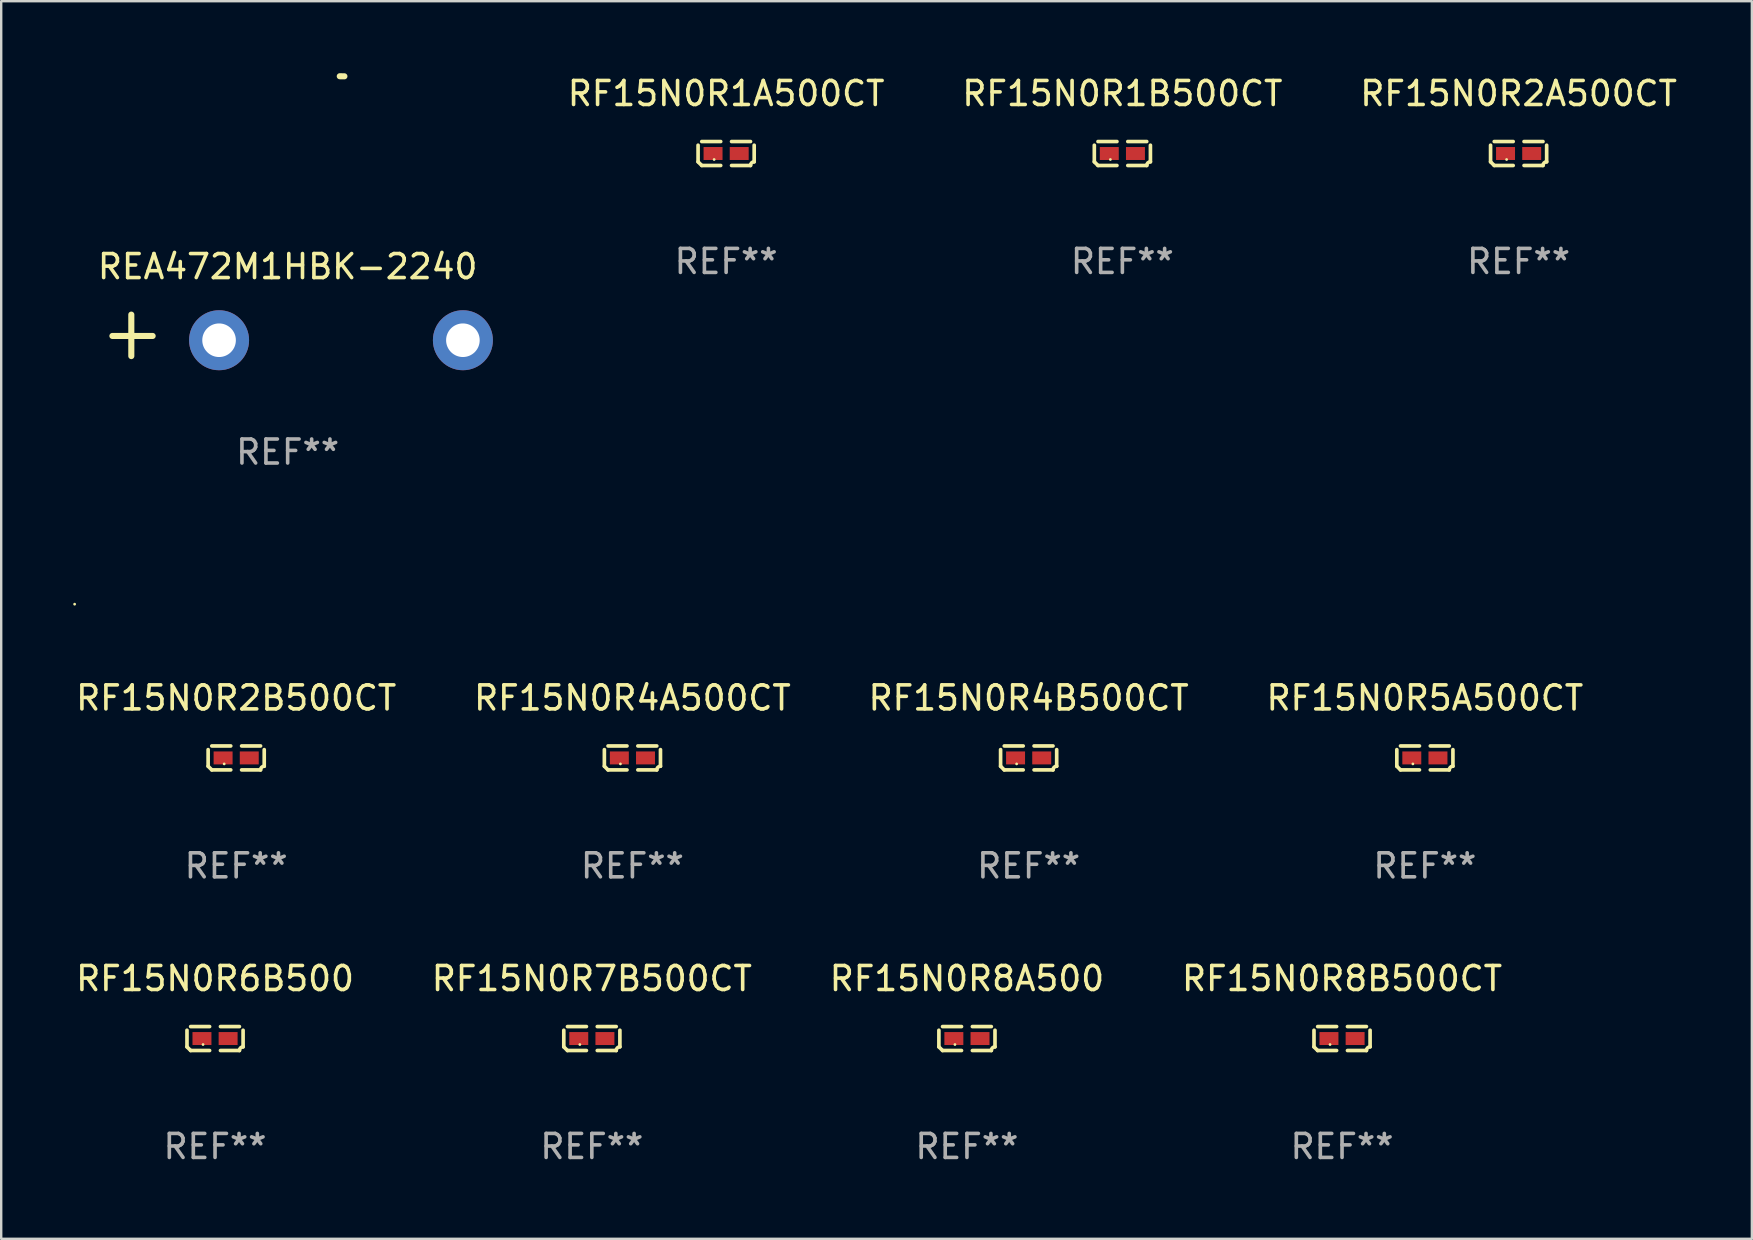
<source format=kicad_pcb>
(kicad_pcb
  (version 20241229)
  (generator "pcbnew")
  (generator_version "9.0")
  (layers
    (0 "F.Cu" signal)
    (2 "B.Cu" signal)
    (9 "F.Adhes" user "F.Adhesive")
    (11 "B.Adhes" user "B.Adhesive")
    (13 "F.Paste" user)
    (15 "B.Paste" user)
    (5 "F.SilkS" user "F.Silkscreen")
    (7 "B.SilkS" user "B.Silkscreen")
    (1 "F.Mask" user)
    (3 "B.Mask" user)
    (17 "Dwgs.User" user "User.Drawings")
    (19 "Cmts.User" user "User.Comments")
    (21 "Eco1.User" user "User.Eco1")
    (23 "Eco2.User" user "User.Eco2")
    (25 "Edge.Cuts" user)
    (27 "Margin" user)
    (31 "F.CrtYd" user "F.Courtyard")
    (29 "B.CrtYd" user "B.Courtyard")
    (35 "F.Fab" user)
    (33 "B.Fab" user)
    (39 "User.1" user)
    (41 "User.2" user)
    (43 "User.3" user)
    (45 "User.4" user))
  (footprint "RF15N0R8A500"
    (layer "F.Cu")
    (at 37.244 40.228)
    (property "Reference" "RF15N0R8A500" (at 0 -2.499 0) (layer "F.SilkS") (effects (font (size 1 1) (thickness 0.15))))
    (attr through_hole)
    (fp_line (start -1.169 0.346) (end -1.169 -0.346) (stroke (width 0.152) (type solid)) (layer "F.SilkS"))
    (fp_line (start -1.016 -0.499) (end -0.226 -0.499) (stroke (width 0.152) (type solid)) (layer "F.SilkS"))
    (fp_line (start -0.226 0.499) (end -1.016 0.499) (stroke (width 0.152) (type solid)) (layer "F.SilkS"))
    (fp_line (start 0.226 0.499) (end 1.016 0.499) (stroke (width 0.152) (type solid)) (layer "F.SilkS"))
    (fp_line (start 1.016 -0.499) (end 0.226 -0.499) (stroke (width 0.152) (type solid)) (layer "F.SilkS"))
    (fp_line (start 1.169 0.346) (end 1.169 -0.346) (stroke (width 0.152) (type solid)) (layer "F.SilkS"))
    (fp_arc (start -1.016307 0.498603) (mid -1.092512 0.422405) (end -1.16871 0.3462) (stroke (width 0.1524) (type solid)) (layer "F.SilkS"))
    (fp_arc (start 1.016307 0.498603) (mid 1.060899 0.390758) (end 1.168707 0.346076) (stroke (width 0.1524) (type solid)) (layer "F.SilkS"))
    (fp_circle (center -0.5 0.25) (end -0.47 0.25) (stroke (width 0.06) (type solid)) (fill no) (layer "F.SilkS"))
    (fp_text user "REF**" (at 0 4.499 0) (layer "F.Fab") (effects (font (size 1 1) (thickness 0.15))))
    (pad "1" smd rect (at -0.545 0) (size 0.79 0.54) (layers "F.Cu" "F.Mask" "F.Paste"))
    (pad "2" smd rect (at 0.545 0) (size 0.79 0.54) (layers "F.Cu" "F.Mask" "F.Paste")))
  (footprint "RF15N0R4B500CT"
    (layer "F.Cu")
    (at 39.815 28.534)
    (property "Reference" "RF15N0R4B500CT" (at 0 -2.499 0) (layer "F.SilkS") (effects (font (size 1 1) (thickness 0.15))))
    (attr through_hole)
    (fp_line (start -1.169 0.346) (end -1.169 -0.346) (stroke (width 0.152) (type solid)) (layer "F.SilkS"))
    (fp_line (start -1.016 -0.499) (end -0.226 -0.499) (stroke (width 0.152) (type solid)) (layer "F.SilkS"))
    (fp_line (start -0.226 0.499) (end -1.016 0.499) (stroke (width 0.152) (type solid)) (layer "F.SilkS"))
    (fp_line (start 0.226 0.499) (end 1.016 0.499) (stroke (width 0.152) (type solid)) (layer "F.SilkS"))
    (fp_line (start 1.016 -0.499) (end 0.226 -0.499) (stroke (width 0.152) (type solid)) (layer "F.SilkS"))
    (fp_line (start 1.169 0.346) (end 1.169 -0.346) (stroke (width 0.152) (type solid)) (layer "F.SilkS"))
    (fp_arc (start -1.016307 0.498603) (mid -1.092512 0.422405) (end -1.16871 0.3462) (stroke (width 0.1524) (type solid)) (layer "F.SilkS"))
    (fp_arc (start 1.016307 0.498603) (mid 1.060899 0.390758) (end 1.168707 0.346076) (stroke (width 0.1524) (type solid)) (layer "F.SilkS"))
    (fp_circle (center -0.5 0.25) (end -0.47 0.25) (stroke (width 0.06) (type solid)) (fill no) (layer "F.SilkS"))
    (fp_text user "REF**" (at 0 4.499 0) (layer "F.Fab") (effects (font (size 1 1) (thickness 0.15))))
    (pad "1" smd rect (at -0.545 0) (size 0.79 0.54) (layers "F.Cu" "F.Mask" "F.Paste"))
    (pad "2" smd rect (at 0.545 0) (size 0.79 0.54) (layers "F.Cu" "F.Mask" "F.Paste")))
  (footprint "RF15N0R1B500CT"
    (layer "F.Cu")
    (at 43.721 3.347)
    (property "Reference" "RF15N0R1B500CT" (at 0 -2.499 0) (layer "F.SilkS") (effects (font (size 1 1) (thickness 0.15))))
    (attr through_hole)
    (fp_line (start -1.169 0.346) (end -1.169 -0.346) (stroke (width 0.152) (type solid)) (layer "F.SilkS"))
    (fp_line (start -1.016 -0.499) (end -0.226 -0.499) (stroke (width 0.152) (type solid)) (layer "F.SilkS"))
    (fp_line (start -0.226 0.499) (end -1.016 0.499) (stroke (width 0.152) (type solid)) (layer "F.SilkS"))
    (fp_line (start 0.226 0.499) (end 1.016 0.499) (stroke (width 0.152) (type solid)) (layer "F.SilkS"))
    (fp_line (start 1.016 -0.499) (end 0.226 -0.499) (stroke (width 0.152) (type solid)) (layer "F.SilkS"))
    (fp_line (start 1.169 0.346) (end 1.169 -0.346) (stroke (width 0.152) (type solid)) (layer "F.SilkS"))
    (fp_arc (start -1.016307 0.498603) (mid -1.092512 0.422405) (end -1.16871 0.3462) (stroke (width 0.1524) (type solid)) (layer "F.SilkS"))
    (fp_arc (start 1.016307 0.498603) (mid 1.060899 0.390758) (end 1.168707 0.346076) (stroke (width 0.1524) (type solid)) (layer "F.SilkS"))
    (fp_circle (center -0.5 0.25) (end -0.47 0.25) (stroke (width 0.06) (type solid)) (fill no) (layer "F.SilkS"))
    (fp_text user "REF**" (at 0 4.499 0) (layer "F.Fab") (effects (font (size 1 1) (thickness 0.15))))
    (pad "1" smd rect (at -0.545 0) (size 0.79 0.54) (layers "F.Cu" "F.Mask" "F.Paste"))
    (pad "2" smd rect (at 0.545 0) (size 0.79 0.54) (layers "F.Cu" "F.Mask" "F.Paste")))
  (footprint "RF15N0R7B500CT"
    (layer "F.Cu")
    (at 21.613 40.228)
    (property "Reference" "RF15N0R7B500CT" (at 0 -2.499 0) (layer "F.SilkS") (effects (font (size 1 1) (thickness 0.15))))
    (attr through_hole)
    (fp_line (start -1.169 0.346) (end -1.169 -0.346) (stroke (width 0.152) (type solid)) (layer "F.SilkS"))
    (fp_line (start -1.016 -0.499) (end -0.226 -0.499) (stroke (width 0.152) (type solid)) (layer "F.SilkS"))
    (fp_line (start -0.226 0.499) (end -1.016 0.499) (stroke (width 0.152) (type solid)) (layer "F.SilkS"))
    (fp_line (start 0.226 0.499) (end 1.016 0.499) (stroke (width 0.152) (type solid)) (layer "F.SilkS"))
    (fp_line (start 1.016 -0.499) (end 0.226 -0.499) (stroke (width 0.152) (type solid)) (layer "F.SilkS"))
    (fp_line (start 1.169 0.346) (end 1.169 -0.346) (stroke (width 0.152) (type solid)) (layer "F.SilkS"))
    (fp_arc (start -1.016307 0.498603) (mid -1.092512 0.422405) (end -1.16871 0.3462) (stroke (width 0.1524) (type solid)) (layer "F.SilkS"))
    (fp_arc (start 1.016307 0.498603) (mid 1.060899 0.390758) (end 1.168707 0.346076) (stroke (width 0.1524) (type solid)) (layer "F.SilkS"))
    (fp_circle (center -0.5 0.25) (end -0.47 0.25) (stroke (width 0.06) (type solid)) (fill no) (layer "F.SilkS"))
    (fp_text user "REF**" (at 0 4.499 0) (layer "F.Fab") (effects (font (size 1 1) (thickness 0.15))))
    (pad "1" smd rect (at -0.545 0) (size 0.79 0.54) (layers "F.Cu" "F.Mask" "F.Paste"))
    (pad "2" smd rect (at 0.545 0) (size 0.79 0.54) (layers "F.Cu" "F.Mask" "F.Paste")))
  (footprint "RF15N0R5A500CT"
    (layer "F.Cu")
    (at 56.327 28.534)
    (property "Reference" "RF15N0R5A500CT" (at 0 -2.499 0) (layer "F.SilkS") (effects (font (size 1 1) (thickness 0.15))))
    (attr through_hole)
    (fp_line (start -1.169 0.346) (end -1.169 -0.346) (stroke (width 0.152) (type solid)) (layer "F.SilkS"))
    (fp_line (start -1.016 -0.499) (end -0.226 -0.499) (stroke (width 0.152) (type solid)) (layer "F.SilkS"))
    (fp_line (start -0.226 0.499) (end -1.016 0.499) (stroke (width 0.152) (type solid)) (layer "F.SilkS"))
    (fp_line (start 0.226 0.499) (end 1.016 0.499) (stroke (width 0.152) (type solid)) (layer "F.SilkS"))
    (fp_line (start 1.016 -0.499) (end 0.226 -0.499) (stroke (width 0.152) (type solid)) (layer "F.SilkS"))
    (fp_line (start 1.169 0.346) (end 1.169 -0.346) (stroke (width 0.152) (type solid)) (layer "F.SilkS"))
    (fp_arc (start -1.016307 0.498603) (mid -1.092512 0.422405) (end -1.16871 0.3462) (stroke (width 0.1524) (type solid)) (layer "F.SilkS"))
    (fp_arc (start 1.016307 0.498603) (mid 1.060899 0.390758) (end 1.168707 0.346076) (stroke (width 0.1524) (type solid)) (layer "F.SilkS"))
    (fp_circle (center -0.5 0.25) (end -0.47 0.25) (stroke (width 0.06) (type solid)) (fill no) (layer "F.SilkS"))
    (fp_text user "REF**" (at 0 4.499 0) (layer "F.Fab") (effects (font (size 1 1) (thickness 0.15))))
    (pad "1" smd rect (at -0.545 0) (size 0.79 0.54) (layers "F.Cu" "F.Mask" "F.Paste"))
    (pad "2" smd rect (at 0.545 0) (size 0.79 0.54) (layers "F.Cu" "F.Mask" "F.Paste")))
  (footprint "RF15N0R2B500CT"
    (layer "F.Cu")
    (at 6.792 28.534)
    (property "Reference" "RF15N0R2B500CT" (at 0 -2.499 0) (layer "F.SilkS") (effects (font (size 1 1) (thickness 0.15))))
    (attr through_hole)
    (fp_line (start -1.169 0.346) (end -1.169 -0.346) (stroke (width 0.152) (type solid)) (layer "F.SilkS"))
    (fp_line (start -1.016 -0.499) (end -0.226 -0.499) (stroke (width 0.152) (type solid)) (layer "F.SilkS"))
    (fp_line (start -0.226 0.499) (end -1.016 0.499) (stroke (width 0.152) (type solid)) (layer "F.SilkS"))
    (fp_line (start 0.226 0.499) (end 1.016 0.499) (stroke (width 0.152) (type solid)) (layer "F.SilkS"))
    (fp_line (start 1.016 -0.499) (end 0.226 -0.499) (stroke (width 0.152) (type solid)) (layer "F.SilkS"))
    (fp_line (start 1.169 0.346) (end 1.169 -0.346) (stroke (width 0.152) (type solid)) (layer "F.SilkS"))
    (fp_arc (start -1.016307 0.498603) (mid -1.092512 0.422405) (end -1.16871 0.3462) (stroke (width 0.1524) (type solid)) (layer "F.SilkS"))
    (fp_arc (start 1.016307 0.498603) (mid 1.060899 0.390758) (end 1.168707 0.346076) (stroke (width 0.1524) (type solid)) (layer "F.SilkS"))
    (fp_circle (center -0.5 0.25) (end -0.47 0.25) (stroke (width 0.06) (type solid)) (fill no) (layer "F.SilkS"))
    (fp_text user "REF**" (at 0 4.499 0) (layer "F.Fab") (effects (font (size 1 1) (thickness 0.15))))
    (pad "1" smd rect (at -0.545 0) (size 0.79 0.54) (layers "F.Cu" "F.Mask" "F.Paste"))
    (pad "2" smd rect (at 0.545 0) (size 0.79 0.54) (layers "F.Cu" "F.Mask" "F.Paste")))
  (footprint "RF15N0R6B500"
    (layer "F.Cu")
    (at 5.911 40.228)
    (property "Reference" "RF15N0R6B500" (at 0 -2.499 0) (layer "F.SilkS") (effects (font (size 1 1) (thickness 0.15))))
    (attr through_hole)
    (fp_line (start -1.169 0.346) (end -1.169 -0.346) (stroke (width 0.152) (type solid)) (layer "F.SilkS"))
    (fp_line (start -1.016 -0.499) (end -0.226 -0.499) (stroke (width 0.152) (type solid)) (layer "F.SilkS"))
    (fp_line (start -0.226 0.499) (end -1.016 0.499) (stroke (width 0.152) (type solid)) (layer "F.SilkS"))
    (fp_line (start 0.226 0.499) (end 1.016 0.499) (stroke (width 0.152) (type solid)) (layer "F.SilkS"))
    (fp_line (start 1.016 -0.499) (end 0.226 -0.499) (stroke (width 0.152) (type solid)) (layer "F.SilkS"))
    (fp_line (start 1.169 0.346) (end 1.169 -0.346) (stroke (width 0.152) (type solid)) (layer "F.SilkS"))
    (fp_arc (start -1.016307 0.498603) (mid -1.092512 0.422405) (end -1.16871 0.3462) (stroke (width 0.1524) (type solid)) (layer "F.SilkS"))
    (fp_arc (start 1.016307 0.498603) (mid 1.060899 0.390758) (end 1.168707 0.346076) (stroke (width 0.1524) (type solid)) (layer "F.SilkS"))
    (fp_circle (center -0.5 0.25) (end -0.47 0.25) (stroke (width 0.06) (type solid)) (fill no) (layer "F.SilkS"))
    (fp_text user "REF**" (at 0 4.499 0) (layer "F.Fab") (effects (font (size 1 1) (thickness 0.15))))
    (pad "1" smd rect (at -0.545 0) (size 0.79 0.54) (layers "F.Cu" "F.Mask" "F.Paste"))
    (pad "2" smd rect (at 0.545 0) (size 0.79 0.54) (layers "F.Cu" "F.Mask" "F.Paste")))
  (footprint "RF15N0R8B500CT"
    (layer "F.Cu")
    (at 52.875 40.228)
    (property "Reference" "RF15N0R8B500CT" (at 0 -2.499 0) (layer "F.SilkS") (effects (font (size 1 1) (thickness 0.15))))
    (attr through_hole)
    (fp_line (start -1.169 0.346) (end -1.169 -0.346) (stroke (width 0.152) (type solid)) (layer "F.SilkS"))
    (fp_line (start -1.016 -0.499) (end -0.226 -0.499) (stroke (width 0.152) (type solid)) (layer "F.SilkS"))
    (fp_line (start -0.226 0.499) (end -1.016 0.499) (stroke (width 0.152) (type solid)) (layer "F.SilkS"))
    (fp_line (start 0.226 0.499) (end 1.016 0.499) (stroke (width 0.152) (type solid)) (layer "F.SilkS"))
    (fp_line (start 1.016 -0.499) (end 0.226 -0.499) (stroke (width 0.152) (type solid)) (layer "F.SilkS"))
    (fp_line (start 1.169 0.346) (end 1.169 -0.346) (stroke (width 0.152) (type solid)) (layer "F.SilkS"))
    (fp_arc (start -1.016307 0.498603) (mid -1.092512 0.422405) (end -1.16871 0.3462) (stroke (width 0.1524) (type solid)) (layer "F.SilkS"))
    (fp_arc (start 1.016307 0.498603) (mid 1.060899 0.390758) (end 1.168707 0.346076) (stroke (width 0.1524) (type solid)) (layer "F.SilkS"))
    (fp_circle (center -0.5 0.25) (end -0.47 0.25) (stroke (width 0.06) (type solid)) (fill no) (layer "F.SilkS"))
    (fp_text user "REF**" (at 0 4.499 0) (layer "F.Fab") (effects (font (size 1 1) (thickness 0.15))))
    (pad "1" smd rect (at -0.545 0) (size 0.79 0.54) (layers "F.Cu" "F.Mask" "F.Paste"))
    (pad "2" smd rect (at 0.545 0) (size 0.79 0.54) (layers "F.Cu" "F.Mask" "F.Paste")))
  (footprint "RF15N0R4A500CT"
    (layer "F.Cu")
    (at 23.304 28.534)
    (property "Reference" "RF15N0R4A500CT" (at 0 -2.499 0) (layer "F.SilkS") (effects (font (size 1 1) (thickness 0.15))))
    (attr through_hole)
    (fp_line (start -1.169 0.346) (end -1.169 -0.346) (stroke (width 0.152) (type solid)) (layer "F.SilkS"))
    (fp_line (start -1.016 -0.499) (end -0.226 -0.499) (stroke (width 0.152) (type solid)) (layer "F.SilkS"))
    (fp_line (start -0.226 0.499) (end -1.016 0.499) (stroke (width 0.152) (type solid)) (layer "F.SilkS"))
    (fp_line (start 0.226 0.499) (end 1.016 0.499) (stroke (width 0.152) (type solid)) (layer "F.SilkS"))
    (fp_line (start 1.016 -0.499) (end 0.226 -0.499) (stroke (width 0.152) (type solid)) (layer "F.SilkS"))
    (fp_line (start 1.169 0.346) (end 1.169 -0.346) (stroke (width 0.152) (type solid)) (layer "F.SilkS"))
    (fp_arc (start -1.016307 0.498603) (mid -1.092512 0.422405) (end -1.16871 0.3462) (stroke (width 0.1524) (type solid)) (layer "F.SilkS"))
    (fp_arc (start 1.016307 0.498603) (mid 1.060899 0.390758) (end 1.168707 0.346076) (stroke (width 0.1524) (type solid)) (layer "F.SilkS"))
    (fp_circle (center -0.5 0.25) (end -0.47 0.25) (stroke (width 0.06) (type solid)) (fill no) (layer "F.SilkS"))
    (fp_text user "REF**" (at 0 4.499 0) (layer "F.Fab") (effects (font (size 1 1) (thickness 0.15))))
    (pad "1" smd rect (at -0.545 0) (size 0.79 0.54) (layers "F.Cu" "F.Mask" "F.Paste"))
    (pad "2" smd rect (at 0.545 0) (size 0.79 0.54) (layers "F.Cu" "F.Mask" "F.Paste")))
  (footprint "RF15N0R2A500CT"
    (layer "F.Cu")
    (at 60.233 3.347)
    (property "Reference" "RF15N0R2A500CT" (at 0 -2.499 0) (layer "F.SilkS") (effects (font (size 1 1) (thickness 0.15))))
    (attr through_hole)
    (fp_line (start -1.169 0.346) (end -1.169 -0.346) (stroke (width 0.152) (type solid)) (layer "F.SilkS"))
    (fp_line (start -1.016 -0.499) (end -0.226 -0.499) (stroke (width 0.152) (type solid)) (layer "F.SilkS"))
    (fp_line (start -0.226 0.499) (end -1.016 0.499) (stroke (width 0.152) (type solid)) (layer "F.SilkS"))
    (fp_line (start 0.226 0.499) (end 1.016 0.499) (stroke (width 0.152) (type solid)) (layer "F.SilkS"))
    (fp_line (start 1.016 -0.499) (end 0.226 -0.499) (stroke (width 0.152) (type solid)) (layer "F.SilkS"))
    (fp_line (start 1.169 0.346) (end 1.169 -0.346) (stroke (width 0.152) (type solid)) (layer "F.SilkS"))
    (fp_arc (start -1.016307 0.498603) (mid -1.092512 0.422405) (end -1.16871 0.3462) (stroke (width 0.1524) (type solid)) (layer "F.SilkS"))
    (fp_arc (start 1.016307 0.498603) (mid 1.060899 0.390758) (end 1.168707 0.346076) (stroke (width 0.1524) (type solid)) (layer "F.SilkS"))
    (fp_circle (center -0.5 0.25) (end -0.47 0.25) (stroke (width 0.06) (type solid)) (fill no) (layer "F.SilkS"))
    (fp_text user "REF**" (at 0 4.499 0) (layer "F.Fab") (effects (font (size 1 1) (thickness 0.15))))
    (pad "1" smd rect (at -0.545 0) (size 0.79 0.54) (layers "F.Cu" "F.Mask" "F.Paste"))
    (pad "2" smd rect (at 0.545 0) (size 0.79 0.54) (layers "F.Cu" "F.Mask" "F.Paste")))
  (footprint "RF15N0R1A500CT"
    (layer "F.Cu")
    (at 27.209 3.347)
    (property "Reference" "RF15N0R1A500CT" (at 0 -2.499 0) (layer "F.SilkS") (effects (font (size 1 1) (thickness 0.15))))
    (attr through_hole)
    (fp_line (start -1.169 0.346) (end -1.169 -0.346) (stroke (width 0.152) (type solid)) (layer "F.SilkS"))
    (fp_line (start -1.016 -0.499) (end -0.226 -0.499) (stroke (width 0.152) (type solid)) (layer "F.SilkS"))
    (fp_line (start -0.226 0.499) (end -1.016 0.499) (stroke (width 0.152) (type solid)) (layer "F.SilkS"))
    (fp_line (start 0.226 0.499) (end 1.016 0.499) (stroke (width 0.152) (type solid)) (layer "F.SilkS"))
    (fp_line (start 1.016 -0.499) (end 0.226 -0.499) (stroke (width 0.152) (type solid)) (layer "F.SilkS"))
    (fp_line (start 1.169 0.346) (end 1.169 -0.346) (stroke (width 0.152) (type solid)) (layer "F.SilkS"))
    (fp_arc (start -1.016307 0.498603) (mid -1.092512 0.422405) (end -1.16871 0.3462) (stroke (width 0.1524) (type solid)) (layer "F.SilkS"))
    (fp_arc (start 1.016307 0.498603) (mid 1.060899 0.390758) (end 1.168707 0.346076) (stroke (width 0.1524) (type solid)) (layer "F.SilkS"))
    (fp_circle (center -0.5 0.25) (end -0.47 0.25) (stroke (width 0.06) (type solid)) (fill no) (layer "F.SilkS"))
    (fp_text user "REF**" (at 0 4.499 0) (layer "F.Fab") (effects (font (size 1 1) (thickness 0.15))))
    (pad "1" smd rect (at -0.545 0) (size 0.79 0.54) (layers "F.Cu" "F.Mask" "F.Paste"))
    (pad "2" smd rect (at 0.545 0) (size 0.79 0.54) (layers "F.Cu" "F.Mask" "F.Paste")))
  (footprint "REA472M1HBK-2240"
    (layer "F.Cu")
    (at 8.937 10.925)
    (property "Reference" "REA472M1HBK-2240" (at 0 -2.864 0) (layer "F.SilkS") (effects (font (size 1 1) (thickness 0.15))))
    (attr through_hole)
    (fp_line (start -6.515 0.864) (end -6.515 -0.864) (stroke (width 0.254) (type solid)) (layer "F.SilkS"))
    (fp_line (start -5.626 0.025) (end -7.303 0.025) (stroke (width 0.254) (type solid)) (layer "F.SilkS"))
    (fp_arc (start 2.171704 -10.797562) (mid 2.268229 -10.796706) (end 2.364744 -10.795022) (stroke (width 0.254001) (type solid)) (layer "F.SilkS"))
    (fp_circle (center -8.877 11.202) (end -8.847 11.202) (stroke (width 0.06) (type solid)) (fill no) (layer "F.SilkS"))
    (fp_text user "REF**" (at 0 4.864 0) (layer "F.Fab") (effects (font (size 1 1) (thickness 0.15))))
    (pad "1" thru_hole circle (at -2.858 0.203) (size 2.5 2.5) (drill 1.4) (layers "*.Cu" "*.Mask"))
    (pad "2" thru_hole circle (at 7.303 0.203) (size 2.5 2.5) (drill 1.4) (layers "*.Cu" "*.Mask")))
  (gr_rect
    (start -3 -3)
    (end 69.953 48.574)
    (stroke (width 0.1) (type default))
    (fill no)
    (layer "Edge.Cuts")))
</source>
